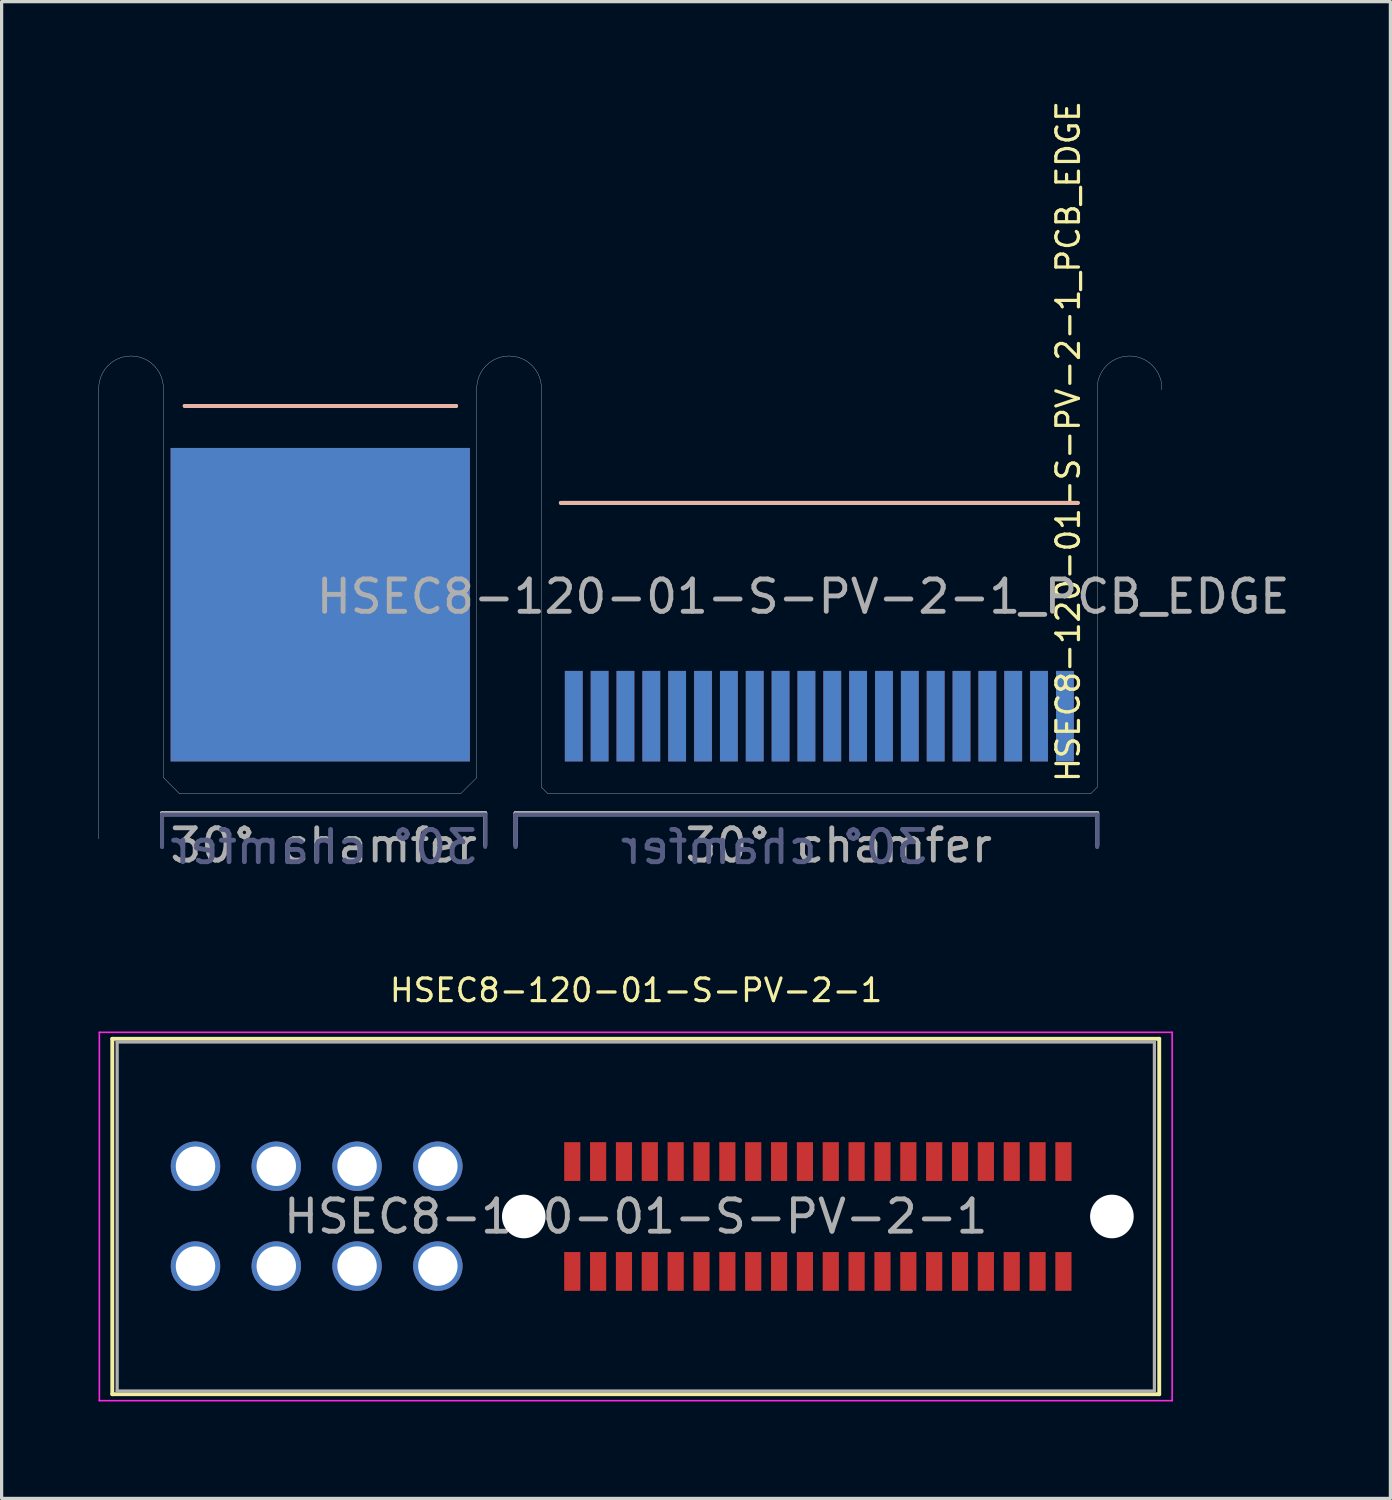
<source format=kicad_pcb>
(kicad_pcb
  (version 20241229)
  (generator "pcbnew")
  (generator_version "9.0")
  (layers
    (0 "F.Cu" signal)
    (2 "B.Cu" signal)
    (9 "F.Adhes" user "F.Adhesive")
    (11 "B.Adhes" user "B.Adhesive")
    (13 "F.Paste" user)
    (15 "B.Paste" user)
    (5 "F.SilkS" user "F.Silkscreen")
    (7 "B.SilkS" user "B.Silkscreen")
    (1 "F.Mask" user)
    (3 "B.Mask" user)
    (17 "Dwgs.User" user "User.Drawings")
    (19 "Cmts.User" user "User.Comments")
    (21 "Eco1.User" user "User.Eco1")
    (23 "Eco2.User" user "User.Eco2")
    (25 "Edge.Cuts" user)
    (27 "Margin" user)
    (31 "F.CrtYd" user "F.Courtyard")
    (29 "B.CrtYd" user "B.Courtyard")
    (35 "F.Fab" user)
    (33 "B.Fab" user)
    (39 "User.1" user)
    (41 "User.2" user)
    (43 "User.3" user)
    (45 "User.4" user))
  (footprint "HSEC8-120-01-S-PV-2-1_PCB_EDGE"
    (layer "F.Cu")
    (at 32.906 22.913)
    (property "Reference" "HSEC8-120-01-S-PV-2-1_PCB_EDGE" (at -2.9 -12.3 90) (layer "F.SilkS") (effects (font (size 0.7 0.7) (thickness 0.1))))
    (attr through_hole)
    (fp_line (start -30.24 -13.4) (end -21.84 -13.4) (stroke (width 0.12) (type solid)) (layer "F.SilkS"))
    (fp_line (start -18.6 -10.4) (end -2.6 -10.4) (stroke (width 0.12) (type solid)) (layer "F.SilkS"))
    (fp_line (start -30.24 -13.4) (end -21.84 -13.4) (stroke (width 0.12) (type solid)) (layer "B.SilkS"))
    (fp_line (start -18.6 -10.4) (end -2.6 -10.4) (stroke (width 0.12) (type solid)) (layer "B.SilkS"))
    (fp_line (start -32.9 -13.9) (end -32.9 0) (stroke (width 0.01) (type solid)) (layer "Edge.Cuts"))
    (fp_line (start -30.9 -13.9) (end -30.9 -1.9) (stroke (width 0.01) (type solid)) (layer "Edge.Cuts"))
    (fp_line (start -30.9 -1.9) (end -30.4 -1.4) (stroke (width 0.01) (type solid)) (layer "Edge.Cuts"))
    (fp_line (start -21.7 -1.4) (end -30.4 -1.4) (stroke (width 0.01) (type solid)) (layer "Edge.Cuts"))
    (fp_line (start -21.7 -1.4) (end -21.2 -1.9) (stroke (width 0.01) (type solid)) (layer "Edge.Cuts"))
    (fp_line (start -21.2 -13.9) (end -21.2 -1.9) (stroke (width 0.01) (type solid)) (layer "Edge.Cuts"))
    (fp_line (start -19.2 -13.9) (end -19.2 -1.6) (stroke (width 0.01) (type solid)) (layer "Edge.Cuts"))
    (fp_line (start -19.2 -1.6) (end -19 -1.4) (stroke (width 0.01) (type solid)) (layer "Edge.Cuts"))
    (fp_line (start -2.2 -1.4) (end -19 -1.4) (stroke (width 0.01) (type solid)) (layer "Edge.Cuts"))
    (fp_line (start -2.2 -1.4) (end -2 -1.6) (stroke (width 0.01) (type solid)) (layer "Edge.Cuts"))
    (fp_line (start -2 -1.6) (end -2 -13.9) (stroke (width 0.01) (type solid)) (layer "Edge.Cuts"))
    (fp_arc (start -32.9 -13.9) (mid -31.9 -14.944614) (end -30.9 -13.9) (stroke (width 0.01) (type solid)) (layer "Edge.Cuts"))
    (fp_arc (start -21.2 -13.9) (mid -20.2 -14.944614) (end -19.2 -13.9) (stroke (width 0.01) (type solid)) (layer "Edge.Cuts"))
    (fp_arc (start -2 -13.9) (mid -1 -14.944614) (end 0 -13.9) (stroke (width 0.01) (type solid)) (layer "Edge.Cuts"))
    (fp_line (start -30.94 -0.75) (end -30.94 0.25) (stroke (width 0.12) (type solid)) (layer "B.Fab"))
    (fp_line (start -30.94 -0.75) (end -30.94 0.25) (stroke (width 0.12) (type solid)) (layer "B.Fab"))
    (fp_line (start -20.94 -0.75) (end -30.94 -0.75) (stroke (width 0.12) (type solid)) (layer "B.Fab"))
    (fp_line (start -20.94 -0.75) (end -30.94 -0.75) (stroke (width 0.12) (type solid)) (layer "B.Fab"))
    (fp_line (start -20.94 -0.75) (end -20.94 0.25) (stroke (width 0.12) (type solid)) (layer "B.Fab"))
    (fp_line (start -20 -0.75) (end -20 0.25) (stroke (width 0.12) (type solid)) (layer "B.Fab"))
    (fp_line (start -20 -0.75) (end -20 0.25) (stroke (width 0.12) (type solid)) (layer "B.Fab"))
    (fp_line (start -2 -0.75) (end -20 -0.75) (stroke (width 0.12) (type solid)) (layer "B.Fab"))
    (fp_line (start -2 -0.75) (end -20 -0.75) (stroke (width 0.12) (type solid)) (layer "B.Fab"))
    (fp_line (start -2 -0.75) (end -2 0.25) (stroke (width 0.12) (type solid)) (layer "B.Fab"))
    (fp_line (start -2 -0.75) (end -2 0.25) (stroke (width 0.12) (type solid)) (layer "B.Fab"))
    (fp_line (start -30.94 -0.8) (end -30.94 0.2) (stroke (width 0.12) (type solid)) (layer "F.Fab"))
    (fp_line (start -30.94 -0.8) (end -20.94 -0.8) (stroke (width 0.12) (type solid)) (layer "F.Fab"))
    (fp_line (start -30.94 -0.8) (end -20.94 -0.8) (stroke (width 0.12) (type solid)) (layer "F.Fab"))
    (fp_line (start -20.94 -0.8) (end -20.94 0.2) (stroke (width 0.12) (type solid)) (layer "F.Fab"))
    (fp_line (start -20.94 -0.8) (end -20.94 0.2) (stroke (width 0.12) (type solid)) (layer "F.Fab"))
    (fp_line (start -20 -0.8) (end -20 0.2) (stroke (width 0.12) (type solid)) (layer "F.Fab"))
    (fp_line (start -20 -0.8) (end -20 0.2) (stroke (width 0.12) (type solid)) (layer "F.Fab"))
    (fp_line (start -20 -0.8) (end -2 -0.8) (stroke (width 0.12) (type solid)) (layer "F.Fab"))
    (fp_line (start -20 -0.8) (end -2 -0.8) (stroke (width 0.12) (type solid)) (layer "F.Fab"))
    (fp_line (start -2 -0.8) (end -2 0.2) (stroke (width 0.12) (type solid)) (layer "F.Fab"))
    (fp_line (start -2 -0.8) (end -2 0.2) (stroke (width 0.12) (type solid)) (layer "F.Fab"))
    (fp_text user "30° chamfer" (at -12 0.25 0) (layer "B.Fab") (effects (font (size 1 1) (thickness 0.15)) (justify mirror)))
    (fp_text user "30° chamfer" (at -25.94 0.25 0) (layer "B.Fab") (effects (font (size 1 1) (thickness 0.15)) (justify mirror)))
    (fp_text user "30° chamfer" (at -10 0.2 0) (layer "F.Fab") (effects (font (size 1 1) (thickness 0.15))))
    (fp_text user "30° chamfer" (at -25.94 0.2 0) (layer "F.Fab") (effects (font (size 1 1) (thickness 0.15))))
    (fp_text user "${REFERENCE}" (at -11.1 -7.5 0) (layer "F.Fab") (effects (font (size 1 1) (thickness 0.15))))
    (pad "1" smd rect (at -3 -3.8) (size 0.55 2.8) (layers "F.Cu" "F.Mask"))
    (pad "2" smd rect (at -3 -3.8) (size 0.55 2.8) (layers "B.Cu" "B.Mask"))
    (pad "3" smd rect (at -3.8 -3.8) (size 0.55 2.8) (layers "F.Cu" "F.Mask"))
    (pad "4" smd rect (at -3.8 -3.8) (size 0.55 2.8) (layers "B.Cu" "B.Mask"))
    (pad "5" smd rect (at -4.6 -3.8) (size 0.55 2.8) (layers "F.Cu" "F.Mask"))
    (pad "6" smd rect (at -4.6 -3.8) (size 0.55 2.8) (layers "B.Cu" "B.Mask"))
    (pad "7" smd rect (at -5.4 -3.8) (size 0.55 2.8) (layers "F.Cu" "F.Mask"))
    (pad "8" smd rect (at -5.4 -3.8) (size 0.55 2.8) (layers "B.Cu" "B.Mask"))
    (pad "9" smd rect (at -6.2 -3.8) (size 0.55 2.8) (layers "F.Cu" "F.Mask"))
    (pad "10" smd rect (at -6.2 -3.8) (size 0.55 2.8) (layers "B.Cu" "B.Mask"))
    (pad "11" smd rect (at -7 -3.8) (size 0.55 2.8) (layers "F.Cu" "F.Mask"))
    (pad "12" smd rect (at -7 -3.8) (size 0.55 2.8) (layers "B.Cu" "B.Mask"))
    (pad "13" smd rect (at -7.8 -3.8) (size 0.55 2.8) (layers "F.Cu" "F.Mask"))
    (pad "14" smd rect (at -7.8 -3.8) (size 0.55 2.8) (layers "B.Cu" "B.Mask"))
    (pad "15" smd rect (at -8.6 -3.8) (size 0.55 2.8) (layers "F.Cu" "F.Mask"))
    (pad "16" smd rect (at -8.6 -3.8) (size 0.55 2.8) (layers "B.Cu" "B.Mask"))
    (pad "17" smd rect (at -9.4 -3.8) (size 0.55 2.8) (layers "F.Cu" "F.Mask"))
    (pad "18" smd rect (at -9.4 -3.8) (size 0.55 2.8) (layers "B.Cu" "B.Mask"))
    (pad "19" smd rect (at -10.2 -3.8) (size 0.55 2.8) (layers "F.Cu" "F.Mask"))
    (pad "20" smd rect (at -10.2 -3.8) (size 0.55 2.8) (layers "B.Cu" "B.Mask"))
    (pad "21" smd rect (at -11 -3.8) (size 0.55 2.8) (layers "F.Cu" "F.Mask"))
    (pad "22" smd rect (at -11 -3.8) (size 0.55 2.8) (layers "B.Cu" "B.Mask"))
    (pad "23" smd rect (at -11.8 -3.8) (size 0.55 2.8) (layers "F.Cu" "F.Mask"))
    (pad "24" smd rect (at -11.8 -3.8) (size 0.55 2.8) (layers "B.Cu" "B.Mask"))
    (pad "25" smd rect (at -12.6 -3.8) (size 0.55 2.8) (layers "F.Cu" "F.Mask"))
    (pad "26" smd rect (at -12.6 -3.8) (size 0.55 2.8) (layers "B.Cu" "B.Mask"))
    (pad "27" smd rect (at -13.4 -3.8) (size 0.55 2.8) (layers "F.Cu" "F.Mask"))
    (pad "28" smd rect (at -13.4 -3.8) (size 0.55 2.8) (layers "B.Cu" "B.Mask"))
    (pad "29" smd rect (at -14.2 -3.8) (size 0.55 2.8) (layers "F.Cu" "F.Mask"))
    (pad "30" smd rect (at -14.2 -3.8) (size 0.55 2.8) (layers "B.Cu" "B.Mask"))
    (pad "31" smd rect (at -15 -3.8) (size 0.55 2.8) (layers "F.Cu" "F.Mask"))
    (pad "32" smd rect (at -15 -3.8) (size 0.55 2.8) (layers "B.Cu" "B.Mask"))
    (pad "33" smd rect (at -15.8 -3.8) (size 0.55 2.8) (layers "F.Cu" "F.Mask"))
    (pad "34" smd rect (at -15.8 -3.8) (size 0.55 2.8) (layers "B.Cu" "B.Mask"))
    (pad "35" smd rect (at -16.6 -3.8) (size 0.55 2.8) (layers "F.Cu" "F.Mask"))
    (pad "36" smd rect (at -16.6 -3.8) (size 0.55 2.8) (layers "B.Cu" "B.Mask"))
    (pad "37" smd rect (at -17.4 -3.8) (size 0.55 2.8) (layers "F.Cu" "F.Mask"))
    (pad "38" smd rect (at -17.4 -3.8) (size 0.55 2.8) (layers "B.Cu" "B.Mask"))
    (pad "39" smd rect (at -18.2 -3.8) (size 0.55 2.8) (layers "F.Cu" "F.Mask"))
    (pad "40" smd rect (at -18.2 -3.8) (size 0.55 2.8) (layers "B.Cu" "B.Mask"))
    (pad "41" smd rect (at -26.045 -7.25) (size 9.26 9.7) (layers "F.Cu" "F.Mask"))
    (pad "42" smd rect (at -26.045 -7.25) (size 9.26 9.7) (layers "B.Cu" "B.Mask"))
    (zone (net_name "") (layers "F.Cu" "B.Cu") (hatch edge 0.508) (connect_pads) (min_thickness 0.254) (filled_areas_thickness no) (keepout (tracks allowed) (vias allowed) (pads not_allowed) (copperpour allowed) (footprints not_allowed)) (placement (enabled no)) (fill) (polygon (pts (xy 11.706 10.413) (xy 2.006 10.413) (xy 2.006 9.513) (xy 11.706 9.513)))))
  (footprint "HSEC8-120-01-S-PV-2-1"
    (layer "F.Cu")
    (at 16.625 34.597)
    (property "Reference" "HSEC8-120-01-S-PV-2-1" (at 0.01 -7 0) (layer "F.SilkS") (effects (font (size 0.7 0.7) (thickness 0.1))))
    (attr smd)
    (fp_line (start -16.2 -5.5) (end -16.2 5.5) (stroke (width 0.12) (type solid)) (layer "F.SilkS"))
    (fp_line (start -16.2 -5.5) (end 16.2 -5.5) (stroke (width 0.12) (type solid)) (layer "F.SilkS"))
    (fp_line (start 16.2 -5.5) (end 16.2 5.5) (stroke (width 0.12) (type solid)) (layer "F.SilkS"))
    (fp_line (start 16.2 5.5) (end -16.2 5.5) (stroke (width 0.12) (type solid)) (layer "F.SilkS"))
    (fp_poly (pts (xy -14.62 0.27) (xy -12.63 0.27) (xy -12.63 5.3) (xy -14.62 5.3)) (stroke (width 0.05) (type solid)) (fill yes) (layer "F.Paste"))
    (fp_poly (pts (xy -12.63 -0.29) (xy -14.62 -0.29) (xy -14.62 -5.32) (xy -12.63 -5.32)) (stroke (width 0.05) (type solid)) (fill yes) (layer "F.Paste"))
    (fp_poly (pts (xy -12.12 0.27) (xy -10.13 0.27) (xy -10.13 5.3) (xy -12.12 5.3)) (stroke (width 0.05) (type solid)) (fill yes) (layer "F.Paste"))
    (fp_poly (pts (xy -10.13 -0.29) (xy -12.12 -0.29) (xy -12.12 -5.32) (xy -10.13 -5.32)) (stroke (width 0.05) (type solid)) (fill yes) (layer "F.Paste"))
    (fp_poly (pts (xy -9.62 0.27) (xy -7.63 0.27) (xy -7.63 5.3) (xy -9.62 5.3)) (stroke (width 0.05) (type solid)) (fill yes) (layer "F.Paste"))
    (fp_poly (pts (xy -7.63 -0.29) (xy -9.62 -0.29) (xy -9.62 -5.32) (xy -7.63 -5.32)) (stroke (width 0.05) (type solid)) (fill yes) (layer "F.Paste"))
    (fp_poly (pts (xy -7.12 0.27) (xy -5.13 0.27) (xy -5.13 5.3) (xy -7.12 5.3)) (stroke (width 0.05) (type solid)) (fill yes) (layer "F.Paste"))
    (fp_poly (pts (xy -5.13 -0.29) (xy -7.12 -0.29) (xy -7.12 -5.32) (xy -5.13 -5.32)) (stroke (width 0.05) (type solid)) (fill yes) (layer "F.Paste"))
    (fp_line (start -16.6 -5.7) (end 16.6 -5.7) (stroke (width 0.05) (type solid)) (layer "F.CrtYd"))
    (fp_line (start -16.6 5.7) (end -16.6 -5.7) (stroke (width 0.05) (type solid)) (layer "F.CrtYd"))
    (fp_line (start 16.6 -5.7) (end 16.6 5.7) (stroke (width 0.05) (type solid)) (layer "F.CrtYd"))
    (fp_line (start 16.6 5.7) (end -16.6 5.7) (stroke (width 0.05) (type solid)) (layer "F.CrtYd"))
    (fp_line (start -16.05 -5.4) (end 16.05 -5.4) (stroke (width 0.1) (type solid)) (layer "F.Fab"))
    (fp_line (start -16.05 5.4) (end -16.05 -5.4) (stroke (width 0.1) (type solid)) (layer "F.Fab"))
    (fp_line (start 16.05 -5.4) (end 16.05 5.4) (stroke (width 0.1) (type solid)) (layer "F.Fab"))
    (fp_line (start 16.05 5.4) (end -16.05 5.4) (stroke (width 0.1) (type solid)) (layer "F.Fab"))
    (fp_text user "${REFERENCE}" (at 0 0 0) (layer "F.Fab") (effects (font (size 1 1) (thickness 0.15))))
    (pad "" np_thru_hole circle (at -3.465 0) (size 1.35 1.35) (drill 1.35) (layers "*.Cu" "*.Mask"))
    (pad "" np_thru_hole circle (at 14.735 0) (size 1.35 1.35) (drill 1.35) (layers "*.Cu" "*.Mask"))
    (pad "1" smd rect (at 13.235 1.7) (size 0.5 1.2) (layers "F.Cu" "F.Mask" "F.Paste"))
    (pad "2" smd rect (at 13.235 -1.7) (size 0.5 1.2) (layers "F.Cu" "F.Mask" "F.Paste"))
    (pad "3" smd rect (at 12.435 1.7) (size 0.5 1.2) (layers "F.Cu" "F.Mask" "F.Paste"))
    (pad "4" smd rect (at 12.435 -1.7) (size 0.5 1.2) (layers "F.Cu" "F.Mask" "F.Paste"))
    (pad "5" smd rect (at 11.635 1.7) (size 0.5 1.2) (layers "F.Cu" "F.Mask" "F.Paste"))
    (pad "6" smd rect (at 11.635 -1.7) (size 0.5 1.2) (layers "F.Cu" "F.Mask" "F.Paste"))
    (pad "7" smd rect (at 10.835 1.7) (size 0.5 1.2) (layers "F.Cu" "F.Mask" "F.Paste"))
    (pad "8" smd rect (at 10.835 -1.7) (size 0.5 1.2) (layers "F.Cu" "F.Mask" "F.Paste"))
    (pad "9" smd rect (at 10.035 1.7) (size 0.5 1.2) (layers "F.Cu" "F.Mask" "F.Paste"))
    (pad "10" smd rect (at 10.035 -1.7) (size 0.5 1.2) (layers "F.Cu" "F.Mask" "F.Paste"))
    (pad "11" smd rect (at 9.235 1.7) (size 0.5 1.2) (layers "F.Cu" "F.Mask" "F.Paste"))
    (pad "12" smd rect (at 9.235 -1.7) (size 0.5 1.2) (layers "F.Cu" "F.Mask" "F.Paste"))
    (pad "13" smd rect (at 8.435 1.7) (size 0.5 1.2) (layers "F.Cu" "F.Mask" "F.Paste"))
    (pad "14" smd rect (at 8.435 -1.7) (size 0.5 1.2) (layers "F.Cu" "F.Mask" "F.Paste"))
    (pad "15" smd rect (at 7.635 1.7) (size 0.5 1.2) (layers "F.Cu" "F.Mask" "F.Paste"))
    (pad "16" smd rect (at 7.635 -1.7) (size 0.5 1.2) (layers "F.Cu" "F.Mask" "F.Paste"))
    (pad "17" smd rect (at 6.835 1.7) (size 0.5 1.2) (layers "F.Cu" "F.Mask" "F.Paste"))
    (pad "18" smd rect (at 6.835 -1.7) (size 0.5 1.2) (layers "F.Cu" "F.Mask" "F.Paste"))
    (pad "19" smd rect (at 6.035 1.7) (size 0.5 1.2) (layers "F.Cu" "F.Mask" "F.Paste"))
    (pad "20" smd rect (at 6.035 -1.7) (size 0.5 1.2) (layers "F.Cu" "F.Mask" "F.Paste"))
    (pad "21" smd rect (at 5.235 1.7) (size 0.5 1.2) (layers "F.Cu" "F.Mask" "F.Paste"))
    (pad "22" smd rect (at 5.235 -1.7) (size 0.5 1.2) (layers "F.Cu" "F.Mask" "F.Paste"))
    (pad "23" smd rect (at 4.435 1.7) (size 0.5 1.2) (layers "F.Cu" "F.Mask" "F.Paste"))
    (pad "24" smd rect (at 4.435 -1.7) (size 0.5 1.2) (layers "F.Cu" "F.Mask" "F.Paste"))
    (pad "25" smd rect (at 3.635 1.7) (size 0.5 1.2) (layers "F.Cu" "F.Mask" "F.Paste"))
    (pad "26" smd rect (at 3.635 -1.7) (size 0.5 1.2) (layers "F.Cu" "F.Mask" "F.Paste"))
    (pad "27" smd rect (at 2.835 1.7) (size 0.5 1.2) (layers "F.Cu" "F.Mask" "F.Paste"))
    (pad "28" smd rect (at 2.835 -1.7) (size 0.5 1.2) (layers "F.Cu" "F.Mask" "F.Paste"))
    (pad "29" smd rect (at 2.035 1.7) (size 0.5 1.2) (layers "F.Cu" "F.Mask" "F.Paste"))
    (pad "30" smd rect (at 2.035 -1.7) (size 0.5 1.2) (layers "F.Cu" "F.Mask" "F.Paste"))
    (pad "31" smd rect (at 1.235 1.7) (size 0.5 1.2) (layers "F.Cu" "F.Mask" "F.Paste"))
    (pad "32" smd rect (at 1.235 -1.7) (size 0.5 1.2) (layers "F.Cu" "F.Mask" "F.Paste"))
    (pad "33" smd rect (at 0.435 1.7) (size 0.5 1.2) (layers "F.Cu" "F.Mask" "F.Paste"))
    (pad "34" smd rect (at 0.435 -1.7) (size 0.5 1.2) (layers "F.Cu" "F.Mask" "F.Paste"))
    (pad "35" smd rect (at -0.365 1.7) (size 0.5 1.2) (layers "F.Cu" "F.Mask" "F.Paste"))
    (pad "36" smd rect (at -0.365 -1.7) (size 0.5 1.2) (layers "F.Cu" "F.Mask" "F.Paste"))
    (pad "37" smd rect (at -1.165 1.7) (size 0.5 1.2) (layers "F.Cu" "F.Mask" "F.Paste"))
    (pad "38" smd rect (at -1.165 -1.7) (size 0.5 1.2) (layers "F.Cu" "F.Mask" "F.Paste"))
    (pad "39" smd rect (at -1.965 1.7) (size 0.5 1.2) (layers "F.Cu" "F.Mask" "F.Paste"))
    (pad "40" smd rect (at -1.965 -1.7) (size 0.5 1.2) (layers "F.Cu" "F.Mask" "F.Paste"))
    (pad "AP1" thru_hole circle (at -13.625 1.535 180) (size 1.53 1.53) (drill 1.22) (layers "*.Cu" "*.Mask"))
    (pad "AP2" thru_hole circle (at -6.125 -1.555) (size 1.53 1.53) (drill 1.22) (layers "*.Cu" "*.Mask"))
    (pad "BP1" thru_hole circle (at -11.125 1.535 180) (size 1.53 1.53) (drill 1.22) (layers "*.Cu" "*.Mask"))
    (pad "BP2" thru_hole circle (at -8.625 -1.555) (size 1.53 1.53) (drill 1.22) (layers "*.Cu" "*.Mask"))
    (pad "CP1" thru_hole circle (at -8.625 1.535 180) (size 1.53 1.53) (drill 1.22) (layers "*.Cu" "*.Mask"))
    (pad "CP2" thru_hole circle (at -11.125 -1.555) (size 1.53 1.53) (drill 1.22) (layers "*.Cu" "*.Mask"))
    (pad "DP1" thru_hole circle (at -6.125 1.535 180) (size 1.53 1.53) (drill 1.22) (layers "*.Cu" "*.Mask"))
    (pad "DP2" thru_hole circle (at -13.625 -1.555) (size 1.53 1.53) (drill 1.22) (layers "*.Cu" "*.Mask")))
  (gr_rect
    (start -3 -3)
    (end 39.979 43.322)
    (stroke (width 0.1) (type default))
    (fill no)
    (layer "Edge.Cuts")))
</source>
